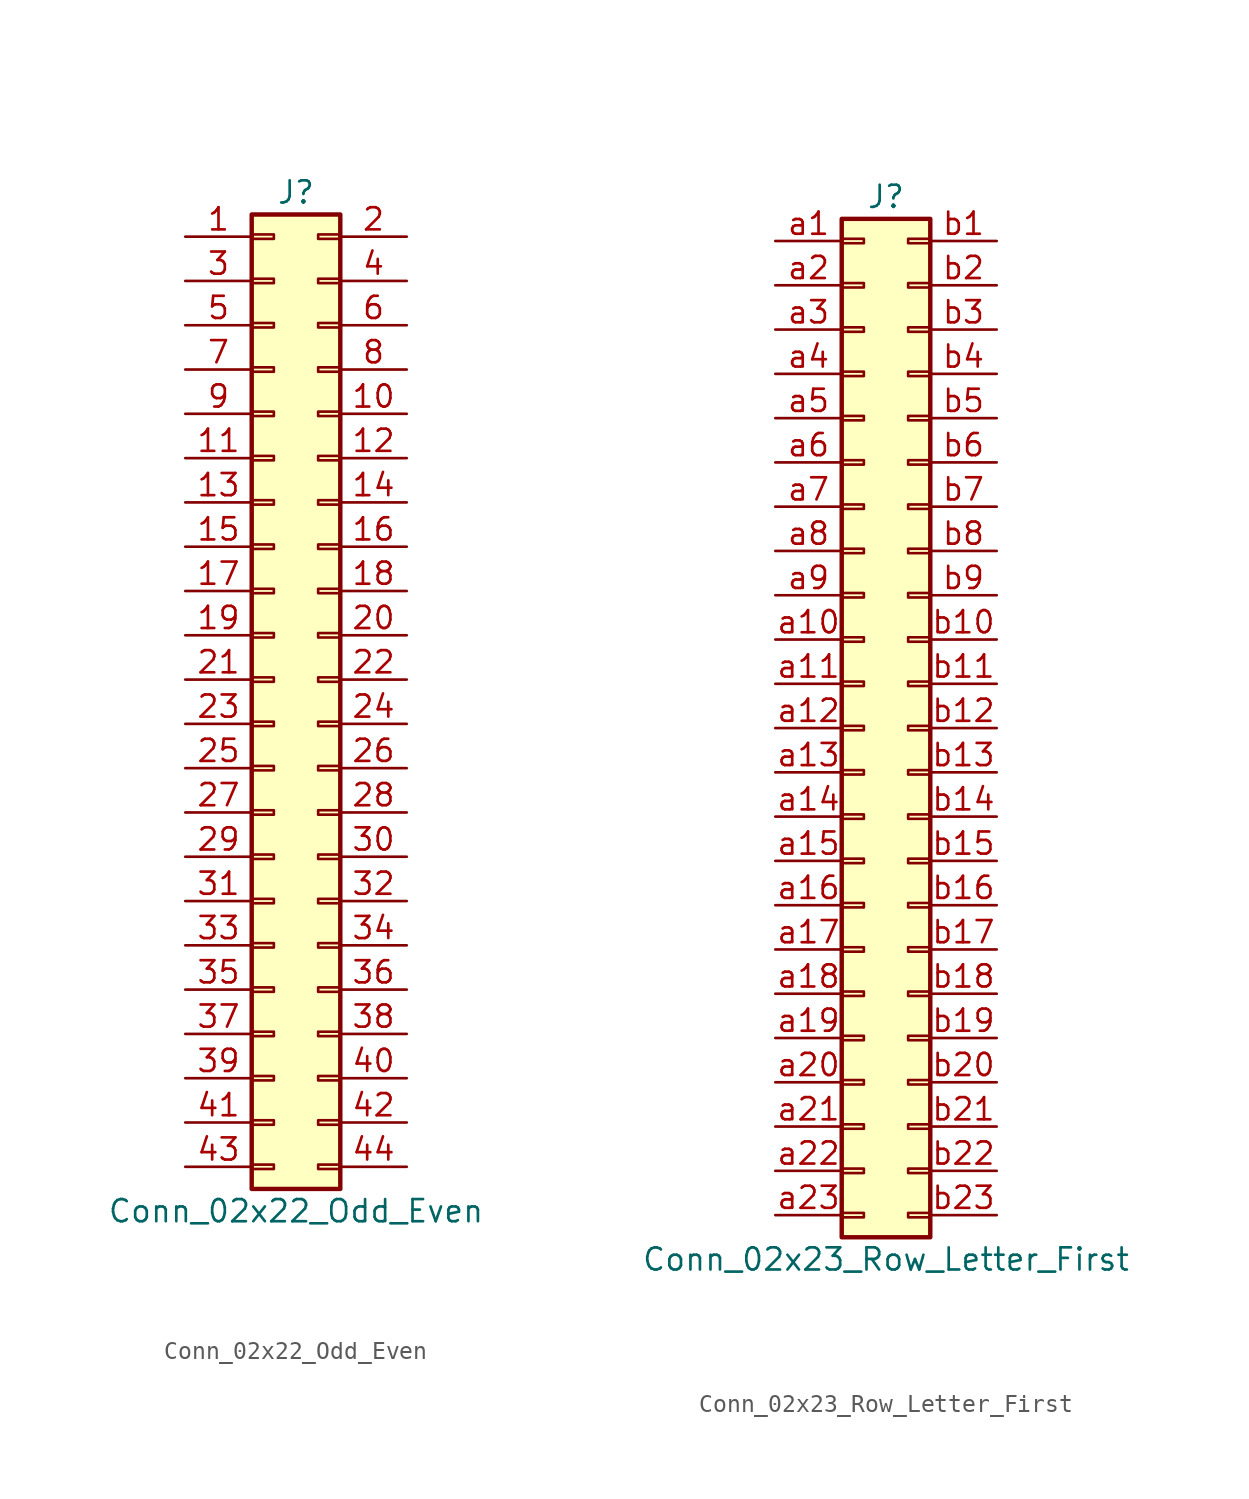
<source format=kicad_sym>
(kicad_symbol_lib
  (version 20201005)
  (generator kicad_symbol_editor)
  (symbol "Conn_02x22_Odd_Even"
    (pin_names
      (offset 1.016) hide)
    (property "Reference" "J"
      (at 1.27 27.94 0)
      (effects (font (size 1.27 1.27))))
    (property "Value" "Conn_02x22_Odd_Even"
      (at 1.27 -30.48 0)
      (effects (font (size 1.27 1.27))))
    (symbol "Conn_02x22_Odd_Even_1_1"
      (rectangle (start -1.27 -27.813) (end 0 -28.067) (stroke (width 0.152)) (fill (type none)))
      (rectangle (start -1.27 -25.273) (end 0 -25.527) (stroke (width 0.152)) (fill (type none)))
      (rectangle (start -1.27 -22.733) (end 0 -22.987) (stroke (width 0.152)) (fill (type none)))
      (rectangle (start -1.27 -20.193) (end 0 -20.447) (stroke (width 0.152)) (fill (type none)))
      (rectangle (start -1.27 -17.653) (end 0 -17.907) (stroke (width 0.152)) (fill (type none)))
      (rectangle (start -1.27 -15.113) (end 0 -15.367) (stroke (width 0.152)) (fill (type none)))
      (rectangle (start -1.27 -12.573) (end 0 -12.827) (stroke (width 0.152)) (fill (type none)))
      (rectangle (start -1.27 -10.033) (end 0 -10.287) (stroke (width 0.152)) (fill (type none)))
      (rectangle (start -1.27 -7.493) (end 0 -7.747) (stroke (width 0.152)) (fill (type none)))
      (rectangle (start -1.27 -4.953) (end 0 -5.207) (stroke (width 0.152)) (fill (type none)))
      (rectangle (start -1.27 -2.413) (end 0 -2.667) (stroke (width 0.152)) (fill (type none)))
      (rectangle (start -1.27 0.127) (end 0 -0.127) (stroke (width 0.152)) (fill (type none)))
      (rectangle (start -1.27 2.667) (end 0 2.413) (stroke (width 0.152)) (fill (type none)))
      (rectangle (start -1.27 5.207) (end 0 4.953) (stroke (width 0.152)) (fill (type none)))
      (rectangle (start -1.27 7.747) (end 0 7.493) (stroke (width 0.152)) (fill (type none)))
      (rectangle (start -1.27 10.287) (end 0 10.033) (stroke (width 0.152)) (fill (type none)))
      (rectangle (start -1.27 12.827) (end 0 12.573) (stroke (width 0.152)) (fill (type none)))
      (rectangle (start -1.27 15.367) (end 0 15.113) (stroke (width 0.152)) (fill (type none)))
      (rectangle (start -1.27 17.907) (end 0 17.653) (stroke (width 0.152)) (fill (type none)))
      (rectangle (start -1.27 20.447) (end 0 20.193) (stroke (width 0.152)) (fill (type none)))
      (rectangle (start -1.27 22.987) (end 0 22.733) (stroke (width 0.152)) (fill (type none)))
      (rectangle (start -1.27 25.527) (end 0 25.273) (stroke (width 0.152)) (fill (type none)))
      (rectangle (start 3.81 -27.813) (end 2.54 -28.067) (stroke (width 0.152)) (fill (type none)))
      (rectangle (start 3.81 -25.273) (end 2.54 -25.527) (stroke (width 0.152)) (fill (type none)))
      (rectangle (start 3.81 -22.733) (end 2.54 -22.987) (stroke (width 0.152)) (fill (type none)))
      (rectangle (start 3.81 -20.193) (end 2.54 -20.447) (stroke (width 0.152)) (fill (type none)))
      (rectangle (start 3.81 -17.653) (end 2.54 -17.907) (stroke (width 0.152)) (fill (type none)))
      (rectangle (start 3.81 -15.113) (end 2.54 -15.367) (stroke (width 0.152)) (fill (type none)))
      (rectangle (start 3.81 -12.573) (end 2.54 -12.827) (stroke (width 0.152)) (fill (type none)))
      (rectangle (start 3.81 -10.033) (end 2.54 -10.287) (stroke (width 0.152)) (fill (type none)))
      (rectangle (start 3.81 -7.493) (end 2.54 -7.747) (stroke (width 0.152)) (fill (type none)))
      (rectangle (start 3.81 -4.953) (end 2.54 -5.207) (stroke (width 0.152)) (fill (type none)))
      (rectangle (start 3.81 -2.413) (end 2.54 -2.667) (stroke (width 0.152)) (fill (type none)))
      (rectangle (start 3.81 0.127) (end 2.54 -0.127) (stroke (width 0.152)) (fill (type none)))
      (rectangle (start 3.81 2.667) (end 2.54 2.413) (stroke (width 0.152)) (fill (type none)))
      (rectangle (start 3.81 5.207) (end 2.54 4.953) (stroke (width 0.152)) (fill (type none)))
      (rectangle (start 3.81 7.747) (end 2.54 7.493) (stroke (width 0.152)) (fill (type none)))
      (rectangle (start 3.81 10.287) (end 2.54 10.033) (stroke (width 0.152)) (fill (type none)))
      (rectangle (start 3.81 12.827) (end 2.54 12.573) (stroke (width 0.152)) (fill (type none)))
      (rectangle (start 3.81 15.367) (end 2.54 15.113) (stroke (width 0.152)) (fill (type none)))
      (rectangle (start 3.81 17.907) (end 2.54 17.653) (stroke (width 0.152)) (fill (type none)))
      (rectangle (start 3.81 20.447) (end 2.54 20.193) (stroke (width 0.152)) (fill (type none)))
      (rectangle (start 3.81 22.987) (end 2.54 22.733) (stroke (width 0.152)) (fill (type none)))
      (rectangle (start 3.81 25.527) (end 2.54 25.273) (stroke (width 0.152)) (fill (type none)))
      (rectangle (start -1.27 26.67) (end 3.81 -29.21) (stroke (width 0.254)) (fill (type background)))
      (pin passive line (at -5.08 25.4 0) (length 3.81) (name "Pin_1" (effects (font (size 1.27 1.27)))) (number "1" (effects (font (size 1.27 1.27)))))
      (pin passive line (at 7.62 15.24 180) (length 3.81) (name "Pin_10" (effects (font (size 1.27 1.27)))) (number "10" (effects (font (size 1.27 1.27)))))
      (pin passive line (at -5.08 12.7 0) (length 3.81) (name "Pin_11" (effects (font (size 1.27 1.27)))) (number "11" (effects (font (size 1.27 1.27)))))
      (pin passive line (at 7.62 12.7 180) (length 3.81) (name "Pin_12" (effects (font (size 1.27 1.27)))) (number "12" (effects (font (size 1.27 1.27)))))
      (pin passive line (at -5.08 10.16 0) (length 3.81) (name "Pin_13" (effects (font (size 1.27 1.27)))) (number "13" (effects (font (size 1.27 1.27)))))
      (pin passive line (at 7.62 10.16 180) (length 3.81) (name "Pin_14" (effects (font (size 1.27 1.27)))) (number "14" (effects (font (size 1.27 1.27)))))
      (pin passive line (at -5.08 7.62 0) (length 3.81) (name "Pin_15" (effects (font (size 1.27 1.27)))) (number "15" (effects (font (size 1.27 1.27)))))
      (pin passive line (at 7.62 7.62 180) (length 3.81) (name "Pin_16" (effects (font (size 1.27 1.27)))) (number "16" (effects (font (size 1.27 1.27)))))
      (pin passive line (at -5.08 5.08 0) (length 3.81) (name "Pin_17" (effects (font (size 1.27 1.27)))) (number "17" (effects (font (size 1.27 1.27)))))
      (pin passive line (at 7.62 5.08 180) (length 3.81) (name "Pin_18" (effects (font (size 1.27 1.27)))) (number "18" (effects (font (size 1.27 1.27)))))
      (pin passive line (at -5.08 2.54 0) (length 3.81) (name "Pin_19" (effects (font (size 1.27 1.27)))) (number "19" (effects (font (size 1.27 1.27)))))
      (pin passive line (at 7.62 25.4 180) (length 3.81) (name "Pin_2" (effects (font (size 1.27 1.27)))) (number "2" (effects (font (size 1.27 1.27)))))
      (pin passive line (at 7.62 2.54 180) (length 3.81) (name "Pin_20" (effects (font (size 1.27 1.27)))) (number "20" (effects (font (size 1.27 1.27)))))
      (pin passive line (at -5.08 0 0) (length 3.81) (name "Pin_21" (effects (font (size 1.27 1.27)))) (number "21" (effects (font (size 1.27 1.27)))))
      (pin passive line (at 7.62 0 180) (length 3.81) (name "Pin_22" (effects (font (size 1.27 1.27)))) (number "22" (effects (font (size 1.27 1.27)))))
      (pin passive line (at -5.08 -2.54 0) (length 3.81) (name "Pin_23" (effects (font (size 1.27 1.27)))) (number "23" (effects (font (size 1.27 1.27)))))
      (pin passive line (at 7.62 -2.54 180) (length 3.81) (name "Pin_24" (effects (font (size 1.27 1.27)))) (number "24" (effects (font (size 1.27 1.27)))))
      (pin passive line (at -5.08 -5.08 0) (length 3.81) (name "Pin_25" (effects (font (size 1.27 1.27)))) (number "25" (effects (font (size 1.27 1.27)))))
      (pin passive line (at 7.62 -5.08 180) (length 3.81) (name "Pin_26" (effects (font (size 1.27 1.27)))) (number "26" (effects (font (size 1.27 1.27)))))
      (pin passive line (at -5.08 -7.62 0) (length 3.81) (name "Pin_27" (effects (font (size 1.27 1.27)))) (number "27" (effects (font (size 1.27 1.27)))))
      (pin passive line (at 7.62 -7.62 180) (length 3.81) (name "Pin_28" (effects (font (size 1.27 1.27)))) (number "28" (effects (font (size 1.27 1.27)))))
      (pin passive line (at -5.08 -10.16 0) (length 3.81) (name "Pin_29" (effects (font (size 1.27 1.27)))) (number "29" (effects (font (size 1.27 1.27)))))
      (pin passive line (at -5.08 22.86 0) (length 3.81) (name "Pin_3" (effects (font (size 1.27 1.27)))) (number "3" (effects (font (size 1.27 1.27)))))
      (pin passive line (at 7.62 -10.16 180) (length 3.81) (name "Pin_30" (effects (font (size 1.27 1.27)))) (number "30" (effects (font (size 1.27 1.27)))))
      (pin passive line (at -5.08 -12.7 0) (length 3.81) (name "Pin_31" (effects (font (size 1.27 1.27)))) (number "31" (effects (font (size 1.27 1.27)))))
      (pin passive line (at 7.62 -12.7 180) (length 3.81) (name "Pin_32" (effects (font (size 1.27 1.27)))) (number "32" (effects (font (size 1.27 1.27)))))
      (pin passive line (at -5.08 -15.24 0) (length 3.81) (name "Pin_33" (effects (font (size 1.27 1.27)))) (number "33" (effects (font (size 1.27 1.27)))))
      (pin passive line (at 7.62 -15.24 180) (length 3.81) (name "Pin_34" (effects (font (size 1.27 1.27)))) (number "34" (effects (font (size 1.27 1.27)))))
      (pin passive line (at -5.08 -17.78 0) (length 3.81) (name "Pin_35" (effects (font (size 1.27 1.27)))) (number "35" (effects (font (size 1.27 1.27)))))
      (pin passive line (at 7.62 -17.78 180) (length 3.81) (name "Pin_36" (effects (font (size 1.27 1.27)))) (number "36" (effects (font (size 1.27 1.27)))))
      (pin passive line (at -5.08 -20.32 0) (length 3.81) (name "Pin_37" (effects (font (size 1.27 1.27)))) (number "37" (effects (font (size 1.27 1.27)))))
      (pin passive line (at 7.62 -20.32 180) (length 3.81) (name "Pin_38" (effects (font (size 1.27 1.27)))) (number "38" (effects (font (size 1.27 1.27)))))
      (pin passive line (at -5.08 -22.86 0) (length 3.81) (name "Pin_39" (effects (font (size 1.27 1.27)))) (number "39" (effects (font (size 1.27 1.27)))))
      (pin passive line (at 7.62 22.86 180) (length 3.81) (name "Pin_4" (effects (font (size 1.27 1.27)))) (number "4" (effects (font (size 1.27 1.27)))))
      (pin passive line (at 7.62 -22.86 180) (length 3.81) (name "Pin_40" (effects (font (size 1.27 1.27)))) (number "40" (effects (font (size 1.27 1.27)))))
      (pin passive line (at -5.08 -25.4 0) (length 3.81) (name "Pin_41" (effects (font (size 1.27 1.27)))) (number "41" (effects (font (size 1.27 1.27)))))
      (pin passive line (at 7.62 -25.4 180) (length 3.81) (name "Pin_42" (effects (font (size 1.27 1.27)))) (number "42" (effects (font (size 1.27 1.27)))))
      (pin passive line (at -5.08 -27.94 0) (length 3.81) (name "Pin_43" (effects (font (size 1.27 1.27)))) (number "43" (effects (font (size 1.27 1.27)))))
      (pin passive line (at 7.62 -27.94 180) (length 3.81) (name "Pin_44" (effects (font (size 1.27 1.27)))) (number "44" (effects (font (size 1.27 1.27)))))
      (pin passive line (at -5.08 20.32 0) (length 3.81) (name "Pin_5" (effects (font (size 1.27 1.27)))) (number "5" (effects (font (size 1.27 1.27)))))
      (pin passive line (at 7.62 20.32 180) (length 3.81) (name "Pin_6" (effects (font (size 1.27 1.27)))) (number "6" (effects (font (size 1.27 1.27)))))
      (pin passive line (at -5.08 17.78 0) (length 3.81) (name "Pin_7" (effects (font (size 1.27 1.27)))) (number "7" (effects (font (size 1.27 1.27)))))
      (pin passive line (at 7.62 17.78 180) (length 3.81) (name "Pin_8" (effects (font (size 1.27 1.27)))) (number "8" (effects (font (size 1.27 1.27)))))
      (pin passive line (at -5.08 15.24 0) (length 3.81) (name "Pin_9" (effects (font (size 1.27 1.27)))) (number "9" (effects (font (size 1.27 1.27)))))))
  (symbol "Conn_02x23_Row_Letter_First"
    (pin_names
      (offset 1.016) hide)
    (property "Reference" "J"
      (at 1.27 30.48 0)
      (effects (font (size 1.27 1.27))))
    (property "Value" "Conn_02x23_Row_Letter_First"
      (at 1.27 -30.48 0)
      (effects (font (size 1.27 1.27))))
    (symbol "Conn_02x23_Row_Letter_First_1_1"
      (rectangle (start -1.27 -27.813) (end 0 -28.067) (stroke (width 0.152)) (fill (type none)))
      (rectangle (start -1.27 -25.273) (end 0 -25.527) (stroke (width 0.152)) (fill (type none)))
      (rectangle (start -1.27 -22.733) (end 0 -22.987) (stroke (width 0.152)) (fill (type none)))
      (rectangle (start -1.27 -20.193) (end 0 -20.447) (stroke (width 0.152)) (fill (type none)))
      (rectangle (start -1.27 -17.653) (end 0 -17.907) (stroke (width 0.152)) (fill (type none)))
      (rectangle (start -1.27 -15.113) (end 0 -15.367) (stroke (width 0.152)) (fill (type none)))
      (rectangle (start -1.27 -12.573) (end 0 -12.827) (stroke (width 0.152)) (fill (type none)))
      (rectangle (start -1.27 -10.033) (end 0 -10.287) (stroke (width 0.152)) (fill (type none)))
      (rectangle (start -1.27 -7.493) (end 0 -7.747) (stroke (width 0.152)) (fill (type none)))
      (rectangle (start -1.27 -4.953) (end 0 -5.207) (stroke (width 0.152)) (fill (type none)))
      (rectangle (start -1.27 -2.413) (end 0 -2.667) (stroke (width 0.152)) (fill (type none)))
      (rectangle (start -1.27 0.127) (end 0 -0.127) (stroke (width 0.152)) (fill (type none)))
      (rectangle (start -1.27 2.667) (end 0 2.413) (stroke (width 0.152)) (fill (type none)))
      (rectangle (start -1.27 5.207) (end 0 4.953) (stroke (width 0.152)) (fill (type none)))
      (rectangle (start -1.27 7.747) (end 0 7.493) (stroke (width 0.152)) (fill (type none)))
      (rectangle (start -1.27 10.287) (end 0 10.033) (stroke (width 0.152)) (fill (type none)))
      (rectangle (start -1.27 12.827) (end 0 12.573) (stroke (width 0.152)) (fill (type none)))
      (rectangle (start -1.27 15.367) (end 0 15.113) (stroke (width 0.152)) (fill (type none)))
      (rectangle (start -1.27 17.907) (end 0 17.653) (stroke (width 0.152)) (fill (type none)))
      (rectangle (start -1.27 20.447) (end 0 20.193) (stroke (width 0.152)) (fill (type none)))
      (rectangle (start -1.27 22.987) (end 0 22.733) (stroke (width 0.152)) (fill (type none)))
      (rectangle (start -1.27 25.527) (end 0 25.273) (stroke (width 0.152)) (fill (type none)))
      (rectangle (start -1.27 28.067) (end 0 27.813) (stroke (width 0.152)) (fill (type none)))
      (rectangle (start 3.81 -27.813) (end 2.54 -28.067) (stroke (width 0.152)) (fill (type none)))
      (rectangle (start 3.81 -25.273) (end 2.54 -25.527) (stroke (width 0.152)) (fill (type none)))
      (rectangle (start 3.81 -22.733) (end 2.54 -22.987) (stroke (width 0.152)) (fill (type none)))
      (rectangle (start 3.81 -20.193) (end 2.54 -20.447) (stroke (width 0.152)) (fill (type none)))
      (rectangle (start 3.81 -17.653) (end 2.54 -17.907) (stroke (width 0.152)) (fill (type none)))
      (rectangle (start 3.81 -15.113) (end 2.54 -15.367) (stroke (width 0.152)) (fill (type none)))
      (rectangle (start 3.81 -12.573) (end 2.54 -12.827) (stroke (width 0.152)) (fill (type none)))
      (rectangle (start 3.81 -10.033) (end 2.54 -10.287) (stroke (width 0.152)) (fill (type none)))
      (rectangle (start 3.81 -7.493) (end 2.54 -7.747) (stroke (width 0.152)) (fill (type none)))
      (rectangle (start 3.81 -4.953) (end 2.54 -5.207) (stroke (width 0.152)) (fill (type none)))
      (rectangle (start 3.81 -2.413) (end 2.54 -2.667) (stroke (width 0.152)) (fill (type none)))
      (rectangle (start 3.81 0.127) (end 2.54 -0.127) (stroke (width 0.152)) (fill (type none)))
      (rectangle (start 3.81 2.667) (end 2.54 2.413) (stroke (width 0.152)) (fill (type none)))
      (rectangle (start 3.81 5.207) (end 2.54 4.953) (stroke (width 0.152)) (fill (type none)))
      (rectangle (start 3.81 7.747) (end 2.54 7.493) (stroke (width 0.152)) (fill (type none)))
      (rectangle (start 3.81 10.287) (end 2.54 10.033) (stroke (width 0.152)) (fill (type none)))
      (rectangle (start 3.81 12.827) (end 2.54 12.573) (stroke (width 0.152)) (fill (type none)))
      (rectangle (start 3.81 15.367) (end 2.54 15.113) (stroke (width 0.152)) (fill (type none)))
      (rectangle (start 3.81 17.907) (end 2.54 17.653) (stroke (width 0.152)) (fill (type none)))
      (rectangle (start 3.81 20.447) (end 2.54 20.193) (stroke (width 0.152)) (fill (type none)))
      (rectangle (start 3.81 22.987) (end 2.54 22.733) (stroke (width 0.152)) (fill (type none)))
      (rectangle (start 3.81 25.527) (end 2.54 25.273) (stroke (width 0.152)) (fill (type none)))
      (rectangle (start 3.81 28.067) (end 2.54 27.813) (stroke (width 0.152)) (fill (type none)))
      (rectangle (start -1.27 29.21) (end 3.81 -29.21) (stroke (width 0.254)) (fill (type background)))
      (pin passive line (at -5.08 27.94 0) (length 3.81) (name "Pin_a1" (effects (font (size 1.27 1.27)))) (number "a1" (effects (font (size 1.27 1.27)))))
      (pin passive line (at -5.08 5.08 0) (length 3.81) (name "Pin_a10" (effects (font (size 1.27 1.27)))) (number "a10" (effects (font (size 1.27 1.27)))))
      (pin passive line (at -5.08 2.54 0) (length 3.81) (name "Pin_a11" (effects (font (size 1.27 1.27)))) (number "a11" (effects (font (size 1.27 1.27)))))
      (pin passive line (at -5.08 0 0) (length 3.81) (name "Pin_a12" (effects (font (size 1.27 1.27)))) (number "a12" (effects (font (size 1.27 1.27)))))
      (pin passive line (at -5.08 -2.54 0) (length 3.81) (name "Pin_a13" (effects (font (size 1.27 1.27)))) (number "a13" (effects (font (size 1.27 1.27)))))
      (pin passive line (at -5.08 -5.08 0) (length 3.81) (name "Pin_a14" (effects (font (size 1.27 1.27)))) (number "a14" (effects (font (size 1.27 1.27)))))
      (pin passive line (at -5.08 -7.62 0) (length 3.81) (name "Pin_a15" (effects (font (size 1.27 1.27)))) (number "a15" (effects (font (size 1.27 1.27)))))
      (pin passive line (at -5.08 -10.16 0) (length 3.81) (name "Pin_a16" (effects (font (size 1.27 1.27)))) (number "a16" (effects (font (size 1.27 1.27)))))
      (pin passive line (at -5.08 -12.7 0) (length 3.81) (name "Pin_a17" (effects (font (size 1.27 1.27)))) (number "a17" (effects (font (size 1.27 1.27)))))
      (pin passive line (at -5.08 -15.24 0) (length 3.81) (name "Pin_a18" (effects (font (size 1.27 1.27)))) (number "a18" (effects (font (size 1.27 1.27)))))
      (pin passive line (at -5.08 -17.78 0) (length 3.81) (name "Pin_a19" (effects (font (size 1.27 1.27)))) (number "a19" (effects (font (size 1.27 1.27)))))
      (pin passive line (at -5.08 25.4 0) (length 3.81) (name "Pin_a2" (effects (font (size 1.27 1.27)))) (number "a2" (effects (font (size 1.27 1.27)))))
      (pin passive line (at -5.08 -20.32 0) (length 3.81) (name "Pin_a20" (effects (font (size 1.27 1.27)))) (number "a20" (effects (font (size 1.27 1.27)))))
      (pin passive line (at -5.08 -22.86 0) (length 3.81) (name "Pin_a21" (effects (font (size 1.27 1.27)))) (number "a21" (effects (font (size 1.27 1.27)))))
      (pin passive line (at -5.08 -25.4 0) (length 3.81) (name "Pin_a22" (effects (font (size 1.27 1.27)))) (number "a22" (effects (font (size 1.27 1.27)))))
      (pin passive line (at -5.08 -27.94 0) (length 3.81) (name "Pin_a23" (effects (font (size 1.27 1.27)))) (number "a23" (effects (font (size 1.27 1.27)))))
      (pin passive line (at -5.08 22.86 0) (length 3.81) (name "Pin_a3" (effects (font (size 1.27 1.27)))) (number "a3" (effects (font (size 1.27 1.27)))))
      (pin passive line (at -5.08 20.32 0) (length 3.81) (name "Pin_a4" (effects (font (size 1.27 1.27)))) (number "a4" (effects (font (size 1.27 1.27)))))
      (pin passive line (at -5.08 17.78 0) (length 3.81) (name "Pin_a5" (effects (font (size 1.27 1.27)))) (number "a5" (effects (font (size 1.27 1.27)))))
      (pin passive line (at -5.08 15.24 0) (length 3.81) (name "Pin_a6" (effects (font (size 1.27 1.27)))) (number "a6" (effects (font (size 1.27 1.27)))))
      (pin passive line (at -5.08 12.7 0) (length 3.81) (name "Pin_a7" (effects (font (size 1.27 1.27)))) (number "a7" (effects (font (size 1.27 1.27)))))
      (pin passive line (at -5.08 10.16 0) (length 3.81) (name "Pin_a8" (effects (font (size 1.27 1.27)))) (number "a8" (effects (font (size 1.27 1.27)))))
      (pin passive line (at -5.08 7.62 0) (length 3.81) (name "Pin_a9" (effects (font (size 1.27 1.27)))) (number "a9" (effects (font (size 1.27 1.27)))))
      (pin passive line (at 7.62 27.94 180) (length 3.81) (name "Pin_b1" (effects (font (size 1.27 1.27)))) (number "b1" (effects (font (size 1.27 1.27)))))
      (pin passive line (at 7.62 5.08 180) (length 3.81) (name "Pin_b10" (effects (font (size 1.27 1.27)))) (number "b10" (effects (font (size 1.27 1.27)))))
      (pin passive line (at 7.62 2.54 180) (length 3.81) (name "Pin_b11" (effects (font (size 1.27 1.27)))) (number "b11" (effects (font (size 1.27 1.27)))))
      (pin passive line (at 7.62 0 180) (length 3.81) (name "Pin_b12" (effects (font (size 1.27 1.27)))) (number "b12" (effects (font (size 1.27 1.27)))))
      (pin passive line (at 7.62 -2.54 180) (length 3.81) (name "Pin_b13" (effects (font (size 1.27 1.27)))) (number "b13" (effects (font (size 1.27 1.27)))))
      (pin passive line (at 7.62 -5.08 180) (length 3.81) (name "Pin_b14" (effects (font (size 1.27 1.27)))) (number "b14" (effects (font (size 1.27 1.27)))))
      (pin passive line (at 7.62 -7.62 180) (length 3.81) (name "Pin_b15" (effects (font (size 1.27 1.27)))) (number "b15" (effects (font (size 1.27 1.27)))))
      (pin passive line (at 7.62 -10.16 180) (length 3.81) (name "Pin_b16" (effects (font (size 1.27 1.27)))) (number "b16" (effects (font (size 1.27 1.27)))))
      (pin passive line (at 7.62 -12.7 180) (length 3.81) (name "Pin_b17" (effects (font (size 1.27 1.27)))) (number "b17" (effects (font (size 1.27 1.27)))))
      (pin passive line (at 7.62 -15.24 180) (length 3.81) (name "Pin_b18" (effects (font (size 1.27 1.27)))) (number "b18" (effects (font (size 1.27 1.27)))))
      (pin passive line (at 7.62 -17.78 180) (length 3.81) (name "Pin_b19" (effects (font (size 1.27 1.27)))) (number "b19" (effects (font (size 1.27 1.27)))))
      (pin passive line (at 7.62 25.4 180) (length 3.81) (name "Pin_b2" (effects (font (size 1.27 1.27)))) (number "b2" (effects (font (size 1.27 1.27)))))
      (pin passive line (at 7.62 -20.32 180) (length 3.81) (name "Pin_b20" (effects (font (size 1.27 1.27)))) (number "b20" (effects (font (size 1.27 1.27)))))
      (pin passive line (at 7.62 -22.86 180) (length 3.81) (name "Pin_b21" (effects (font (size 1.27 1.27)))) (number "b21" (effects (font (size 1.27 1.27)))))
      (pin passive line (at 7.62 -25.4 180) (length 3.81) (name "Pin_b22" (effects (font (size 1.27 1.27)))) (number "b22" (effects (font (size 1.27 1.27)))))
      (pin passive line (at 7.62 -27.94 180) (length 3.81) (name "Pin_b23" (effects (font (size 1.27 1.27)))) (number "b23" (effects (font (size 1.27 1.27)))))
      (pin passive line (at 7.62 22.86 180) (length 3.81) (name "Pin_b3" (effects (font (size 1.27 1.27)))) (number "b3" (effects (font (size 1.27 1.27)))))
      (pin passive line (at 7.62 20.32 180) (length 3.81) (name "Pin_b4" (effects (font (size 1.27 1.27)))) (number "b4" (effects (font (size 1.27 1.27)))))
      (pin passive line (at 7.62 17.78 180) (length 3.81) (name "Pin_b5" (effects (font (size 1.27 1.27)))) (number "b5" (effects (font (size 1.27 1.27)))))
      (pin passive line (at 7.62 15.24 180) (length 3.81) (name "Pin_b6" (effects (font (size 1.27 1.27)))) (number "b6" (effects (font (size 1.27 1.27)))))
      (pin passive line (at 7.62 12.7 180) (length 3.81) (name "Pin_b7" (effects (font (size 1.27 1.27)))) (number "b7" (effects (font (size 1.27 1.27)))))
      (pin passive line (at 7.62 10.16 180) (length 3.81) (name "Pin_b8" (effects (font (size 1.27 1.27)))) (number "b8" (effects (font (size 1.27 1.27)))))
      (pin passive line (at 7.62 7.62 180) (length 3.81) (name "Pin_b9" (effects (font (size 1.27 1.27)))) (number "b9" (effects (font (size 1.27 1.27))))))))
</source>
